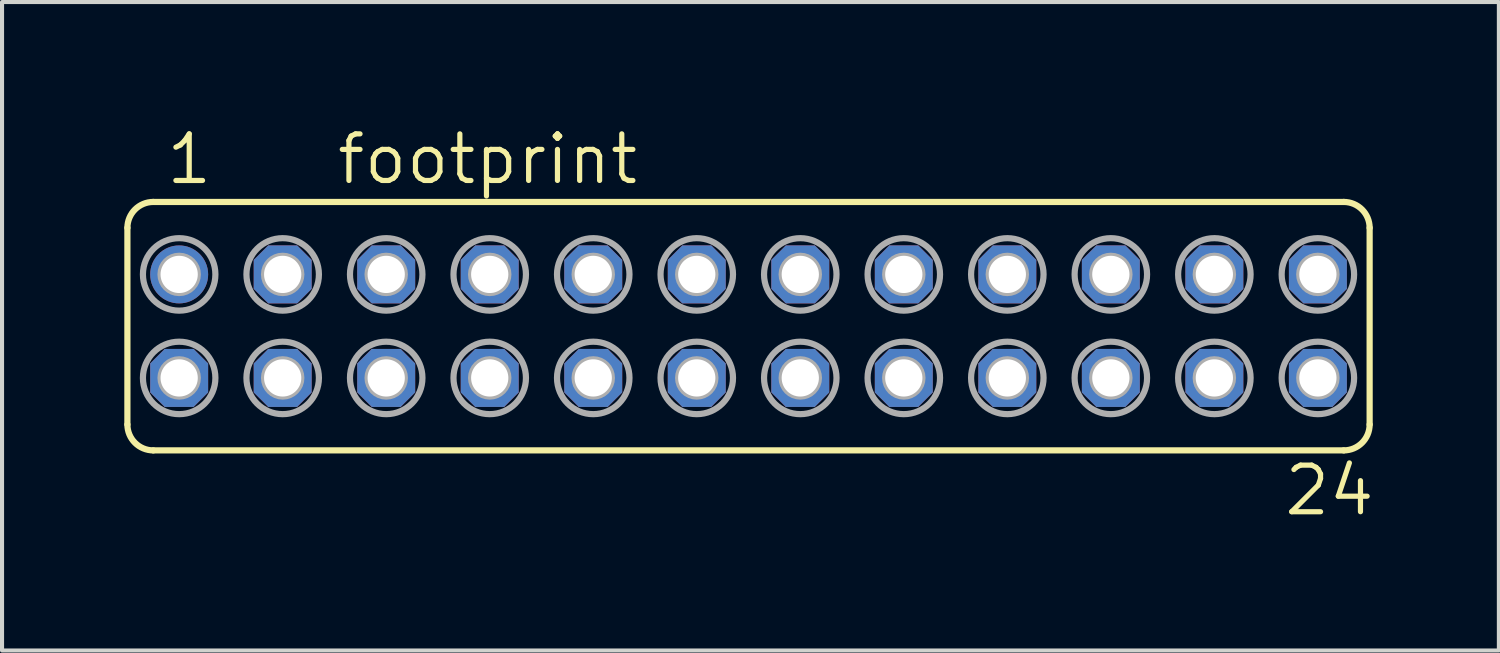
<source format=kicad_pcb>
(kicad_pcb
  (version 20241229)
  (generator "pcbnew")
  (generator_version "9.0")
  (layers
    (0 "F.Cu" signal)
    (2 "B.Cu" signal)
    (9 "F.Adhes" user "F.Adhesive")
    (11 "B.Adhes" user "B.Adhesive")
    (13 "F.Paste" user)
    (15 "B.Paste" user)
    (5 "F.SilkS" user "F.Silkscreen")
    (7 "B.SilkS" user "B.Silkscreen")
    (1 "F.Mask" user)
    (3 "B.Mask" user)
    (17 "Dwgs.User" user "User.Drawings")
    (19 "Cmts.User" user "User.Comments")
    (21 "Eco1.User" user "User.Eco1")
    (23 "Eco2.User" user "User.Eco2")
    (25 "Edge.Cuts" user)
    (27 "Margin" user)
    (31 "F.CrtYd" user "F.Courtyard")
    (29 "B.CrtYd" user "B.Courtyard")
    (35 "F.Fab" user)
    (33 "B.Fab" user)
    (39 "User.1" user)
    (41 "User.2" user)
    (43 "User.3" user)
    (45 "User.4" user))
  (footprint "footprint"
    (layer "F.Cu")
    (at 15.316 4.953)
    (property "Reference" "footprint" (at -10.16 -3.429 0) (layer "F.SilkS") (effects (font (size 1.143 1.143) (thickness 0.127)) (justify left bottom)))
    (fp_line (start -15.24 2.413) (end -15.24 -2.413) (stroke (width 0.152) (type solid)) (layer "F.SilkS"))
    (fp_line (start -14.605 -3.048) (end 14.605 -3.048) (stroke (width 0.152) (type solid)) (layer "F.SilkS"))
    (fp_line (start -14.605 3.048) (end 14.605 3.048) (stroke (width 0.152) (type solid)) (layer "F.SilkS"))
    (fp_line (start 15.24 2.413) (end 15.24 -2.413) (stroke (width 0.152) (type solid)) (layer "F.SilkS"))
    (fp_arc (start -15.24 -2.413) (mid -15.054013 -2.862013) (end -14.605 -3.048) (stroke (width 0.1524) (type solid)) (layer "F.SilkS"))
    (fp_arc (start -14.605 3.048) (mid -15.054013 2.862013) (end -15.24 2.413) (stroke (width 0.1524) (type solid)) (layer "F.SilkS"))
    (fp_arc (start 14.605 -3.048) (mid 15.054013 -2.862013) (end 15.24 -2.413) (stroke (width 0.1524) (type solid)) (layer "F.SilkS"))
    (fp_arc (start 15.24 2.413) (mid 15.054013 2.862013) (end 14.605 3.048) (stroke (width 0.1524) (type solid)) (layer "F.SilkS"))
    (fp_circle (center -13.97 -1.27) (end -13.843 -1.27) (stroke (width 0.406) (type solid)) (fill no) (layer "F.Fab"))
    (fp_circle (center -13.97 -1.27) (end -13.081 -1.27) (stroke (width 0.152) (type solid)) (fill no) (layer "F.Fab"))
    (fp_circle (center -13.97 1.27) (end -13.843 1.27) (stroke (width 0.406) (type solid)) (fill no) (layer "F.Fab"))
    (fp_circle (center -13.97 1.27) (end -13.081 1.27) (stroke (width 0.152) (type solid)) (fill no) (layer "F.Fab"))
    (fp_circle (center -11.43 -1.27) (end -11.303 -1.27) (stroke (width 0.406) (type solid)) (fill no) (layer "F.Fab"))
    (fp_circle (center -11.43 -1.27) (end -10.541 -1.27) (stroke (width 0.152) (type solid)) (fill no) (layer "F.Fab"))
    (fp_circle (center -11.43 1.27) (end -11.303 1.27) (stroke (width 0.406) (type solid)) (fill no) (layer "F.Fab"))
    (fp_circle (center -11.43 1.27) (end -10.541 1.27) (stroke (width 0.152) (type solid)) (fill no) (layer "F.Fab"))
    (fp_circle (center -8.89 -1.27) (end -8.763 -1.27) (stroke (width 0.406) (type solid)) (fill no) (layer "F.Fab"))
    (fp_circle (center -8.89 -1.27) (end -8.001 -1.27) (stroke (width 0.152) (type solid)) (fill no) (layer "F.Fab"))
    (fp_circle (center -8.89 1.27) (end -8.763 1.27) (stroke (width 0.406) (type solid)) (fill no) (layer "F.Fab"))
    (fp_circle (center -8.89 1.27) (end -8.001 1.27) (stroke (width 0.152) (type solid)) (fill no) (layer "F.Fab"))
    (fp_circle (center -6.35 -1.27) (end -6.223 -1.27) (stroke (width 0.406) (type solid)) (fill no) (layer "F.Fab"))
    (fp_circle (center -6.35 -1.27) (end -5.461 -1.27) (stroke (width 0.152) (type solid)) (fill no) (layer "F.Fab"))
    (fp_circle (center -6.35 1.27) (end -6.223 1.27) (stroke (width 0.406) (type solid)) (fill no) (layer "F.Fab"))
    (fp_circle (center -6.35 1.27) (end -5.461 1.27) (stroke (width 0.152) (type solid)) (fill no) (layer "F.Fab"))
    (fp_circle (center -3.81 -1.27) (end -3.683 -1.27) (stroke (width 0.406) (type solid)) (fill no) (layer "F.Fab"))
    (fp_circle (center -3.81 -1.27) (end -2.921 -1.27) (stroke (width 0.152) (type solid)) (fill no) (layer "F.Fab"))
    (fp_circle (center -3.81 1.27) (end -3.683 1.27) (stroke (width 0.406) (type solid)) (fill no) (layer "F.Fab"))
    (fp_circle (center -3.81 1.27) (end -2.921 1.27) (stroke (width 0.152) (type solid)) (fill no) (layer "F.Fab"))
    (fp_circle (center -1.27 -1.27) (end -1.143 -1.27) (stroke (width 0.406) (type solid)) (fill no) (layer "F.Fab"))
    (fp_circle (center -1.27 -1.27) (end -0.381 -1.27) (stroke (width 0.152) (type solid)) (fill no) (layer "F.Fab"))
    (fp_circle (center -1.27 1.27) (end -1.143 1.27) (stroke (width 0.406) (type solid)) (fill no) (layer "F.Fab"))
    (fp_circle (center -1.27 1.27) (end -0.381 1.27) (stroke (width 0.152) (type solid)) (fill no) (layer "F.Fab"))
    (fp_circle (center 1.27 -1.27) (end 1.397 -1.27) (stroke (width 0.406) (type solid)) (fill no) (layer "F.Fab"))
    (fp_circle (center 1.27 -1.27) (end 2.159 -1.27) (stroke (width 0.152) (type solid)) (fill no) (layer "F.Fab"))
    (fp_circle (center 1.27 1.27) (end 1.397 1.27) (stroke (width 0.406) (type solid)) (fill no) (layer "F.Fab"))
    (fp_circle (center 1.27 1.27) (end 2.159 1.27) (stroke (width 0.152) (type solid)) (fill no) (layer "F.Fab"))
    (fp_circle (center 3.81 -1.27) (end 3.937 -1.27) (stroke (width 0.406) (type solid)) (fill no) (layer "F.Fab"))
    (fp_circle (center 3.81 -1.27) (end 4.699 -1.27) (stroke (width 0.152) (type solid)) (fill no) (layer "F.Fab"))
    (fp_circle (center 3.81 1.27) (end 3.937 1.27) (stroke (width 0.406) (type solid)) (fill no) (layer "F.Fab"))
    (fp_circle (center 3.81 1.27) (end 4.699 1.27) (stroke (width 0.152) (type solid)) (fill no) (layer "F.Fab"))
    (fp_circle (center 6.35 -1.27) (end 6.477 -1.27) (stroke (width 0.406) (type solid)) (fill no) (layer "F.Fab"))
    (fp_circle (center 6.35 -1.27) (end 7.239 -1.27) (stroke (width 0.152) (type solid)) (fill no) (layer "F.Fab"))
    (fp_circle (center 6.35 1.27) (end 6.477 1.27) (stroke (width 0.406) (type solid)) (fill no) (layer "F.Fab"))
    (fp_circle (center 6.35 1.27) (end 7.239 1.27) (stroke (width 0.152) (type solid)) (fill no) (layer "F.Fab"))
    (fp_circle (center 8.89 -1.27) (end 9.017 -1.27) (stroke (width 0.406) (type solid)) (fill no) (layer "F.Fab"))
    (fp_circle (center 8.89 -1.27) (end 9.779 -1.27) (stroke (width 0.152) (type solid)) (fill no) (layer "F.Fab"))
    (fp_circle (center 8.89 1.27) (end 9.017 1.27) (stroke (width 0.406) (type solid)) (fill no) (layer "F.Fab"))
    (fp_circle (center 8.89 1.27) (end 9.779 1.27) (stroke (width 0.152) (type solid)) (fill no) (layer "F.Fab"))
    (fp_circle (center 11.43 -1.27) (end 11.557 -1.27) (stroke (width 0.406) (type solid)) (fill no) (layer "F.Fab"))
    (fp_circle (center 11.43 -1.27) (end 12.319 -1.27) (stroke (width 0.152) (type solid)) (fill no) (layer "F.Fab"))
    (fp_circle (center 11.43 1.27) (end 11.557 1.27) (stroke (width 0.406) (type solid)) (fill no) (layer "F.Fab"))
    (fp_circle (center 11.43 1.27) (end 12.319 1.27) (stroke (width 0.152) (type solid)) (fill no) (layer "F.Fab"))
    (fp_circle (center 13.97 -1.27) (end 14.097 -1.27) (stroke (width 0.406) (type solid)) (fill no) (layer "F.Fab"))
    (fp_circle (center 13.97 -1.27) (end 14.859 -1.27) (stroke (width 0.152) (type solid)) (fill no) (layer "F.Fab"))
    (fp_circle (center 13.97 1.27) (end 14.097 1.27) (stroke (width 0.406) (type solid)) (fill no) (layer "F.Fab"))
    (fp_circle (center 13.97 1.27) (end 14.859 1.27) (stroke (width 0.152) (type solid)) (fill no) (layer "F.Fab"))
    (fp_text user "24" (at 13.081 4.699 0) (layer "F.SilkS") (effects (font (size 1.143 1.143) (thickness 0.127)) (justify left bottom)))
    (fp_text user "1" (at -14.351 -3.429 0) (layer "F.SilkS") (effects (font (size 1.143 1.143) (thickness 0.127)) (justify left bottom)))
    (pad "1" thru_hole circle (at -13.97 -1.27) (size 1.422 1.422) (drill 0.914) (layers "*.Cu" "*.Mask"))
    (pad "2" thru_hole roundrect (at -13.97 1.27) (size 1.422 1.422) (drill 0.914) (layers "*.Cu" "*.Mask") (roundrect_rratio 0.25) (chamfer_ratio 0.25) (chamfer top_left top_right bottom_left bottom_right))
    (pad "3" thru_hole roundrect (at -11.43 -1.27) (size 1.422 1.422) (drill 0.914) (layers "*.Cu" "*.Mask") (roundrect_rratio 0.25) (chamfer_ratio 0.25) (chamfer top_left top_right bottom_left bottom_right))
    (pad "4" thru_hole roundrect (at -11.43 1.27) (size 1.422 1.422) (drill 0.914) (layers "*.Cu" "*.Mask") (roundrect_rratio 0.25) (chamfer_ratio 0.25) (chamfer top_left top_right bottom_left bottom_right))
    (pad "5" thru_hole roundrect (at -8.89 -1.27) (size 1.422 1.422) (drill 0.914) (layers "*.Cu" "*.Mask") (roundrect_rratio 0.25) (chamfer_ratio 0.25) (chamfer top_left top_right bottom_left bottom_right))
    (pad "6" thru_hole roundrect (at -8.89 1.27) (size 1.422 1.422) (drill 0.914) (layers "*.Cu" "*.Mask") (roundrect_rratio 0.25) (chamfer_ratio 0.25) (chamfer top_left top_right bottom_left bottom_right))
    (pad "7" thru_hole roundrect (at -6.35 -1.27) (size 1.422 1.422) (drill 0.914) (layers "*.Cu" "*.Mask") (roundrect_rratio 0.25) (chamfer_ratio 0.25) (chamfer top_left top_right bottom_left bottom_right))
    (pad "8" thru_hole roundrect (at -6.35 1.27) (size 1.422 1.422) (drill 0.914) (layers "*.Cu" "*.Mask") (roundrect_rratio 0.25) (chamfer_ratio 0.25) (chamfer top_left top_right bottom_left bottom_right))
    (pad "9" thru_hole roundrect (at -3.81 -1.27) (size 1.422 1.422) (drill 0.914) (layers "*.Cu" "*.Mask") (roundrect_rratio 0.25) (chamfer_ratio 0.25) (chamfer top_left top_right bottom_left bottom_right))
    (pad "10" thru_hole roundrect (at -3.81 1.27) (size 1.422 1.422) (drill 0.914) (layers "*.Cu" "*.Mask") (roundrect_rratio 0.25) (chamfer_ratio 0.25) (chamfer top_left top_right bottom_left bottom_right))
    (pad "11" thru_hole roundrect (at -1.27 -1.27) (size 1.422 1.422) (drill 0.914) (layers "*.Cu" "*.Mask") (roundrect_rratio 0.25) (chamfer_ratio 0.25) (chamfer top_left top_right bottom_left bottom_right))
    (pad "12" thru_hole roundrect (at -1.27 1.27) (size 1.422 1.422) (drill 0.914) (layers "*.Cu" "*.Mask") (roundrect_rratio 0.25) (chamfer_ratio 0.25) (chamfer top_left top_right bottom_left bottom_right))
    (pad "13" thru_hole roundrect (at 1.27 -1.27) (size 1.422 1.422) (drill 0.914) (layers "*.Cu" "*.Mask") (roundrect_rratio 0.25) (chamfer_ratio 0.25) (chamfer top_left top_right bottom_left bottom_right))
    (pad "14" thru_hole roundrect (at 1.27 1.27) (size 1.422 1.422) (drill 0.914) (layers "*.Cu" "*.Mask") (roundrect_rratio 0.25) (chamfer_ratio 0.25) (chamfer top_left top_right bottom_left bottom_right))
    (pad "15" thru_hole roundrect (at 3.81 -1.27) (size 1.422 1.422) (drill 0.914) (layers "*.Cu" "*.Mask") (roundrect_rratio 0.25) (chamfer_ratio 0.25) (chamfer top_left top_right bottom_left bottom_right))
    (pad "16" thru_hole roundrect (at 3.81 1.27) (size 1.422 1.422) (drill 0.914) (layers "*.Cu" "*.Mask") (roundrect_rratio 0.25) (chamfer_ratio 0.25) (chamfer top_left top_right bottom_left bottom_right))
    (pad "17" thru_hole roundrect (at 6.35 -1.27) (size 1.422 1.422) (drill 0.914) (layers "*.Cu" "*.Mask") (roundrect_rratio 0.25) (chamfer_ratio 0.25) (chamfer top_left top_right bottom_left bottom_right))
    (pad "18" thru_hole roundrect (at 6.35 1.27) (size 1.422 1.422) (drill 0.914) (layers "*.Cu" "*.Mask") (roundrect_rratio 0.25) (chamfer_ratio 0.25) (chamfer top_left top_right bottom_left bottom_right))
    (pad "19" thru_hole roundrect (at 8.89 -1.27) (size 1.422 1.422) (drill 0.914) (layers "*.Cu" "*.Mask") (roundrect_rratio 0.25) (chamfer_ratio 0.25) (chamfer top_left top_right bottom_left bottom_right))
    (pad "20" thru_hole roundrect (at 8.89 1.27) (size 1.422 1.422) (drill 0.914) (layers "*.Cu" "*.Mask") (roundrect_rratio 0.25) (chamfer_ratio 0.25) (chamfer top_left top_right bottom_left bottom_right))
    (pad "21" thru_hole roundrect (at 11.43 -1.27) (size 1.422 1.422) (drill 0.914) (layers "*.Cu" "*.Mask") (roundrect_rratio 0.25) (chamfer_ratio 0.25) (chamfer top_left top_right bottom_left bottom_right))
    (pad "22" thru_hole roundrect (at 11.43 1.27) (size 1.422 1.422) (drill 0.914) (layers "*.Cu" "*.Mask") (roundrect_rratio 0.25) (chamfer_ratio 0.25) (chamfer top_left top_right bottom_left bottom_right))
    (pad "23" thru_hole roundrect (at 13.97 -1.27) (size 1.422 1.422) (drill 0.914) (layers "*.Cu" "*.Mask") (roundrect_rratio 0.25) (chamfer_ratio 0.25) (chamfer top_left top_right bottom_left bottom_right))
    (pad "24" thru_hole roundrect (at 13.97 1.27) (size 1.422 1.422) (drill 0.914) (layers "*.Cu" "*.Mask") (roundrect_rratio 0.25) (chamfer_ratio 0.25) (chamfer top_left top_right bottom_left bottom_right)))
  (gr_rect
    (start -3 -3)
    (end 33.727 12.911)
    (stroke (width 0.1) (type default))
    (fill no)
    (layer "Edge.Cuts")))
</source>
